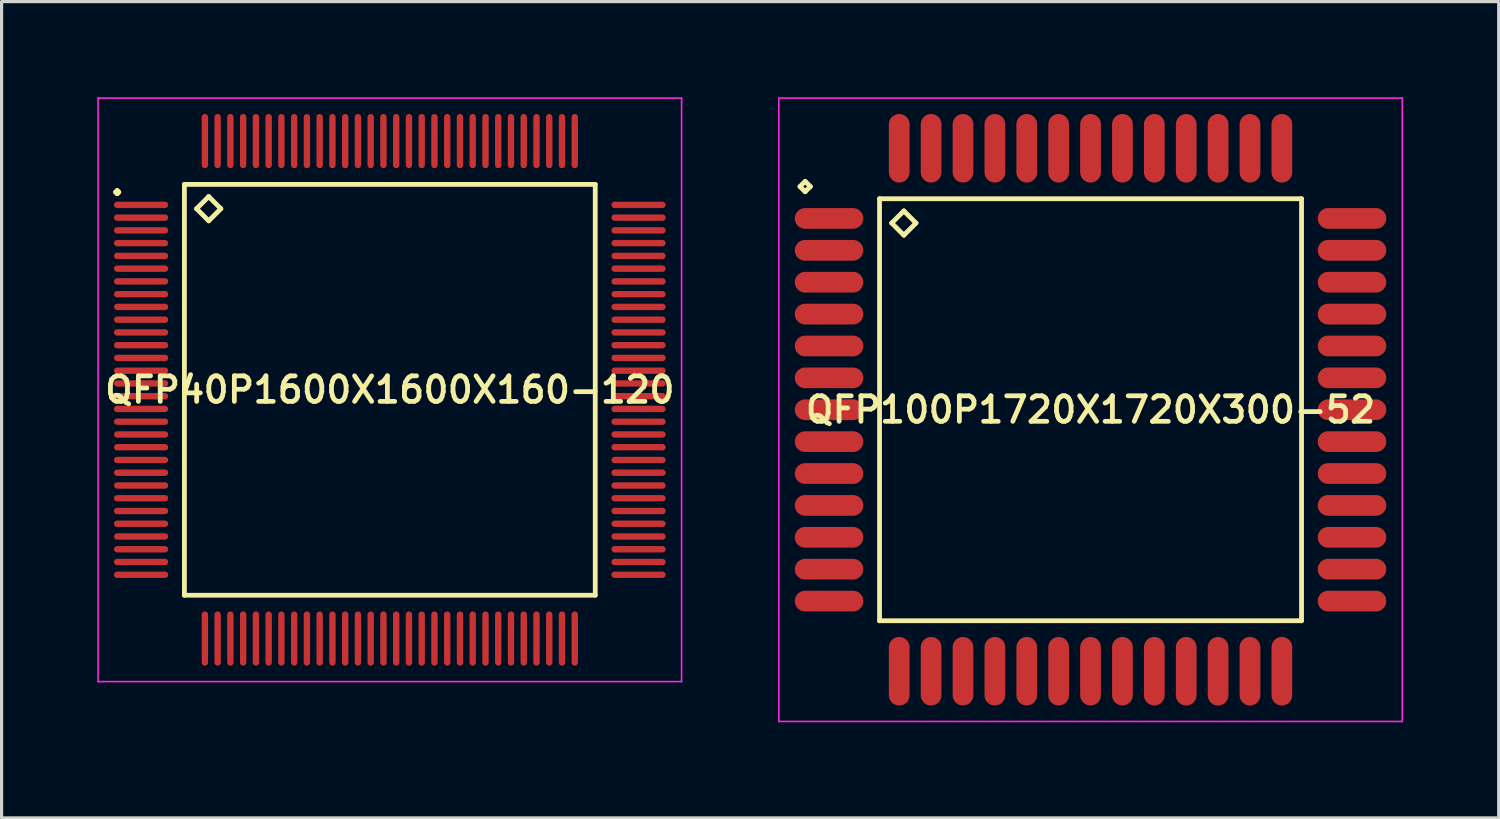
<source format=kicad_pcb>
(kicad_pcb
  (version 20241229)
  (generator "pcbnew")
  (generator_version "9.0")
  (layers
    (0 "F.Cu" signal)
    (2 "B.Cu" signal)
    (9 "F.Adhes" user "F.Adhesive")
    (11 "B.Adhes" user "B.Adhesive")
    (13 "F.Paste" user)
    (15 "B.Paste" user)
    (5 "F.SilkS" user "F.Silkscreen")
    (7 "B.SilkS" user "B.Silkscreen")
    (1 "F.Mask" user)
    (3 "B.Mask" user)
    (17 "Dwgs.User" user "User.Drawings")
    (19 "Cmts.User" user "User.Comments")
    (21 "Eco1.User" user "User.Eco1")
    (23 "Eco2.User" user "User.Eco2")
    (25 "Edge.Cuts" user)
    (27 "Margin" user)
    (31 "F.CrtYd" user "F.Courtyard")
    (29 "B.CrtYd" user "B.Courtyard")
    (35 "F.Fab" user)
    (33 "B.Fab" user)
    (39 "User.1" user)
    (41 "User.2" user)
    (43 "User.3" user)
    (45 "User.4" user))
  (footprint "QFP100P1720X1720X300-52"
    (layer "F.Cu")
    (at 31.15 9.8)
    (property "Reference" "QFP100P1720X1720X300-52" (at 0 0 0) (layer "F.SilkS") (effects (font (size 0.8 0.8) (thickness 0.15))))
    (attr smd)
    (fp_line (start -9.113 -7) (end -8.95 -7.162) (stroke (width 0.15) (type solid)) (layer "F.SilkS"))
    (fp_line (start -8.95 -7.162) (end -8.787 -7) (stroke (width 0.15) (type solid)) (layer "F.SilkS"))
    (fp_line (start -8.95 -6.838) (end -9.113 -7) (stroke (width 0.15) (type solid)) (layer "F.SilkS"))
    (fp_line (start -8.787 -7) (end -8.95 -6.838) (stroke (width 0.15) (type solid)) (layer "F.SilkS"))
    (fp_line (start -6.617 -6.617) (end -6.617 6.617) (stroke (width 0.15) (type solid)) (layer "F.SilkS"))
    (fp_line (start -6.617 6.617) (end 6.617 6.617) (stroke (width 0.15) (type solid)) (layer "F.SilkS"))
    (fp_line (start -6.236 -5.855) (end -5.855 -6.236) (stroke (width 0.15) (type solid)) (layer "F.SilkS"))
    (fp_line (start -5.855 -6.236) (end -5.474 -5.855) (stroke (width 0.15) (type solid)) (layer "F.SilkS"))
    (fp_line (start -5.855 -5.474) (end -6.236 -5.855) (stroke (width 0.15) (type solid)) (layer "F.SilkS"))
    (fp_line (start -5.474 -5.855) (end -5.855 -5.474) (stroke (width 0.15) (type solid)) (layer "F.SilkS"))
    (fp_line (start 6.617 -6.617) (end -6.617 -6.617) (stroke (width 0.15) (type solid)) (layer "F.SilkS"))
    (fp_line (start 6.617 6.617) (end 6.617 -6.617) (stroke (width 0.15) (type solid)) (layer "F.SilkS"))
    (fp_line (start -9.775 -9.775) (end 9.775 -9.775) (stroke (width 0.05) (type solid)) (layer "F.CrtYd"))
    (fp_line (start -9.775 9.775) (end -9.775 -9.775) (stroke (width 0.05) (type solid)) (layer "F.CrtYd"))
    (fp_line (start 9.775 -9.775) (end 9.775 9.775) (stroke (width 0.05) (type solid)) (layer "F.CrtYd"))
    (fp_line (start 9.775 9.775) (end -9.775 9.775) (stroke (width 0.05) (type solid)) (layer "F.CrtYd"))
    (pad "1" smd oval (at -8.2 -6) (size 2.15 0.65) (layers "F.Cu" "F.Mask" "F.Paste"))
    (pad "2" smd oval (at -8.2 -5) (size 2.15 0.65) (layers "F.Cu" "F.Mask" "F.Paste"))
    (pad "3" smd oval (at -8.2 -4) (size 2.15 0.65) (layers "F.Cu" "F.Mask" "F.Paste"))
    (pad "4" smd oval (at -8.2 -3) (size 2.15 0.65) (layers "F.Cu" "F.Mask" "F.Paste"))
    (pad "5" smd oval (at -8.2 -2) (size 2.15 0.65) (layers "F.Cu" "F.Mask" "F.Paste"))
    (pad "6" smd oval (at -8.2 -1) (size 2.15 0.65) (layers "F.Cu" "F.Mask" "F.Paste"))
    (pad "7" smd oval (at -8.2 0) (size 2.15 0.65) (layers "F.Cu" "F.Mask" "F.Paste"))
    (pad "8" smd oval (at -8.2 1) (size 2.15 0.65) (layers "F.Cu" "F.Mask" "F.Paste"))
    (pad "9" smd oval (at -8.2 2) (size 2.15 0.65) (layers "F.Cu" "F.Mask" "F.Paste"))
    (pad "10" smd oval (at -8.2 3) (size 2.15 0.65) (layers "F.Cu" "F.Mask" "F.Paste"))
    (pad "11" smd oval (at -8.2 4) (size 2.15 0.65) (layers "F.Cu" "F.Mask" "F.Paste"))
    (pad "12" smd oval (at -8.2 5) (size 2.15 0.65) (layers "F.Cu" "F.Mask" "F.Paste"))
    (pad "13" smd oval (at -8.2 6) (size 2.15 0.65) (layers "F.Cu" "F.Mask" "F.Paste"))
    (pad "14" smd oval (at -6 8.2) (size 0.65 2.15) (layers "F.Cu" "F.Mask" "F.Paste"))
    (pad "15" smd oval (at -5 8.2) (size 0.65 2.15) (layers "F.Cu" "F.Mask" "F.Paste"))
    (pad "16" smd oval (at -4 8.2) (size 0.65 2.15) (layers "F.Cu" "F.Mask" "F.Paste"))
    (pad "17" smd oval (at -3 8.2) (size 0.65 2.15) (layers "F.Cu" "F.Mask" "F.Paste"))
    (pad "18" smd oval (at -2 8.2) (size 0.65 2.15) (layers "F.Cu" "F.Mask" "F.Paste"))
    (pad "19" smd oval (at -1 8.2) (size 0.65 2.15) (layers "F.Cu" "F.Mask" "F.Paste"))
    (pad "20" smd oval (at 0 8.2) (size 0.65 2.15) (layers "F.Cu" "F.Mask" "F.Paste"))
    (pad "21" smd oval (at 1 8.2) (size 0.65 2.15) (layers "F.Cu" "F.Mask" "F.Paste"))
    (pad "22" smd oval (at 2 8.2) (size 0.65 2.15) (layers "F.Cu" "F.Mask" "F.Paste"))
    (pad "23" smd oval (at 3 8.2) (size 0.65 2.15) (layers "F.Cu" "F.Mask" "F.Paste"))
    (pad "24" smd oval (at 4 8.2) (size 0.65 2.15) (layers "F.Cu" "F.Mask" "F.Paste"))
    (pad "25" smd oval (at 5 8.2) (size 0.65 2.15) (layers "F.Cu" "F.Mask" "F.Paste"))
    (pad "26" smd oval (at 6 8.2) (size 0.65 2.15) (layers "F.Cu" "F.Mask" "F.Paste"))
    (pad "27" smd oval (at 8.2 6) (size 2.15 0.65) (layers "F.Cu" "F.Mask" "F.Paste"))
    (pad "28" smd oval (at 8.2 5) (size 2.15 0.65) (layers "F.Cu" "F.Mask" "F.Paste"))
    (pad "29" smd oval (at 8.2 4) (size 2.15 0.65) (layers "F.Cu" "F.Mask" "F.Paste"))
    (pad "30" smd oval (at 8.2 3) (size 2.15 0.65) (layers "F.Cu" "F.Mask" "F.Paste"))
    (pad "31" smd oval (at 8.2 2) (size 2.15 0.65) (layers "F.Cu" "F.Mask" "F.Paste"))
    (pad "32" smd oval (at 8.2 1) (size 2.15 0.65) (layers "F.Cu" "F.Mask" "F.Paste"))
    (pad "33" smd oval (at 8.2 0) (size 2.15 0.65) (layers "F.Cu" "F.Mask" "F.Paste"))
    (pad "34" smd oval (at 8.2 -1) (size 2.15 0.65) (layers "F.Cu" "F.Mask" "F.Paste"))
    (pad "35" smd oval (at 8.2 -2) (size 2.15 0.65) (layers "F.Cu" "F.Mask" "F.Paste"))
    (pad "36" smd oval (at 8.2 -3) (size 2.15 0.65) (layers "F.Cu" "F.Mask" "F.Paste"))
    (pad "37" smd oval (at 8.2 -4) (size 2.15 0.65) (layers "F.Cu" "F.Mask" "F.Paste"))
    (pad "38" smd oval (at 8.2 -5) (size 2.15 0.65) (layers "F.Cu" "F.Mask" "F.Paste"))
    (pad "39" smd oval (at 8.2 -6) (size 2.15 0.65) (layers "F.Cu" "F.Mask" "F.Paste"))
    (pad "40" smd oval (at 6 -8.2) (size 0.65 2.15) (layers "F.Cu" "F.Mask" "F.Paste"))
    (pad "41" smd oval (at 5 -8.2) (size 0.65 2.15) (layers "F.Cu" "F.Mask" "F.Paste"))
    (pad "42" smd oval (at 4 -8.2) (size 0.65 2.15) (layers "F.Cu" "F.Mask" "F.Paste"))
    (pad "43" smd oval (at 3 -8.2) (size 0.65 2.15) (layers "F.Cu" "F.Mask" "F.Paste"))
    (pad "44" smd oval (at 2 -8.2) (size 0.65 2.15) (layers "F.Cu" "F.Mask" "F.Paste"))
    (pad "45" smd oval (at 1 -8.2) (size 0.65 2.15) (layers "F.Cu" "F.Mask" "F.Paste"))
    (pad "46" smd oval (at 0 -8.2) (size 0.65 2.15) (layers "F.Cu" "F.Mask" "F.Paste"))
    (pad "47" smd oval (at -1 -8.2) (size 0.65 2.15) (layers "F.Cu" "F.Mask" "F.Paste"))
    (pad "48" smd oval (at -2 -8.2) (size 0.65 2.15) (layers "F.Cu" "F.Mask" "F.Paste"))
    (pad "49" smd oval (at -3 -8.2) (size 0.65 2.15) (layers "F.Cu" "F.Mask" "F.Paste"))
    (pad "50" smd oval (at -4 -8.2) (size 0.65 2.15) (layers "F.Cu" "F.Mask" "F.Paste"))
    (pad "51" smd oval (at -5 -8.2) (size 0.65 2.15) (layers "F.Cu" "F.Mask" "F.Paste"))
    (pad "52" smd oval (at -6 -8.2) (size 0.65 2.15) (layers "F.Cu" "F.Mask" "F.Paste")))
  (footprint "QFP40P1600X1600X160-120"
    (layer "F.Cu")
    (at 9.175 9.175)
    (property "Reference" "QFP40P1600X1600X160-120" (at 0 0 0) (layer "F.SilkS") (effects (font (size 0.8 0.8) (thickness 0.15))))
    (attr smd)
    (fp_line (start -8.6 -6.2) (end -8.55 -6.25) (stroke (width 0.15) (type solid)) (layer "F.SilkS"))
    (fp_line (start -8.55 -6.25) (end -8.5 -6.2) (stroke (width 0.15) (type solid)) (layer "F.SilkS"))
    (fp_line (start -8.55 -6.15) (end -8.6 -6.2) (stroke (width 0.15) (type solid)) (layer "F.SilkS"))
    (fp_line (start -8.5 -6.2) (end -8.55 -6.15) (stroke (width 0.15) (type solid)) (layer "F.SilkS"))
    (fp_line (start -6.442 -6.442) (end -6.442 6.442) (stroke (width 0.15) (type solid)) (layer "F.SilkS"))
    (fp_line (start -6.442 6.442) (end 6.442 6.442) (stroke (width 0.15) (type solid)) (layer "F.SilkS"))
    (fp_line (start -6.061 -5.68) (end -5.68 -6.061) (stroke (width 0.15) (type solid)) (layer "F.SilkS"))
    (fp_line (start -5.68 -6.061) (end -5.299 -5.68) (stroke (width 0.15) (type solid)) (layer "F.SilkS"))
    (fp_line (start -5.68 -5.299) (end -6.061 -5.68) (stroke (width 0.15) (type solid)) (layer "F.SilkS"))
    (fp_line (start -5.299 -5.68) (end -5.68 -5.299) (stroke (width 0.15) (type solid)) (layer "F.SilkS"))
    (fp_line (start 6.442 -6.442) (end -6.442 -6.442) (stroke (width 0.15) (type solid)) (layer "F.SilkS"))
    (fp_line (start 6.442 6.442) (end 6.442 -6.442) (stroke (width 0.15) (type solid)) (layer "F.SilkS"))
    (fp_line (start -9.15 -9.15) (end 9.15 -9.15) (stroke (width 0.05) (type solid)) (layer "F.CrtYd"))
    (fp_line (start -9.15 9.15) (end -9.15 -9.15) (stroke (width 0.05) (type solid)) (layer "F.CrtYd"))
    (fp_line (start 9.15 -9.15) (end 9.15 9.15) (stroke (width 0.05) (type solid)) (layer "F.CrtYd"))
    (fp_line (start 9.15 9.15) (end -9.15 9.15) (stroke (width 0.05) (type solid)) (layer "F.CrtYd"))
    (pad "1" smd oval (at -7.8 -5.8) (size 1.7 0.2) (layers "F.Cu" "F.Mask" "F.Paste"))
    (pad "2" smd oval (at -7.8 -5.4) (size 1.7 0.2) (layers "F.Cu" "F.Mask" "F.Paste"))
    (pad "3" smd oval (at -7.8 -5) (size 1.7 0.2) (layers "F.Cu" "F.Mask" "F.Paste"))
    (pad "4" smd oval (at -7.8 -4.6) (size 1.7 0.2) (layers "F.Cu" "F.Mask" "F.Paste"))
    (pad "5" smd oval (at -7.8 -4.2) (size 1.7 0.2) (layers "F.Cu" "F.Mask" "F.Paste"))
    (pad "6" smd oval (at -7.8 -3.8) (size 1.7 0.2) (layers "F.Cu" "F.Mask" "F.Paste"))
    (pad "7" smd oval (at -7.8 -3.4) (size 1.7 0.2) (layers "F.Cu" "F.Mask" "F.Paste"))
    (pad "8" smd oval (at -7.8 -3) (size 1.7 0.2) (layers "F.Cu" "F.Mask" "F.Paste"))
    (pad "9" smd oval (at -7.8 -2.6) (size 1.7 0.2) (layers "F.Cu" "F.Mask" "F.Paste"))
    (pad "10" smd oval (at -7.8 -2.2) (size 1.7 0.2) (layers "F.Cu" "F.Mask" "F.Paste"))
    (pad "11" smd oval (at -7.8 -1.8) (size 1.7 0.2) (layers "F.Cu" "F.Mask" "F.Paste"))
    (pad "12" smd oval (at -7.8 -1.4) (size 1.7 0.2) (layers "F.Cu" "F.Mask" "F.Paste"))
    (pad "13" smd oval (at -7.8 -1) (size 1.7 0.2) (layers "F.Cu" "F.Mask" "F.Paste"))
    (pad "14" smd oval (at -7.8 -0.6) (size 1.7 0.2) (layers "F.Cu" "F.Mask" "F.Paste"))
    (pad "15" smd oval (at -7.8 -0.2) (size 1.7 0.2) (layers "F.Cu" "F.Mask" "F.Paste"))
    (pad "16" smd oval (at -7.8 0.2) (size 1.7 0.2) (layers "F.Cu" "F.Mask" "F.Paste"))
    (pad "17" smd oval (at -7.8 0.6) (size 1.7 0.2) (layers "F.Cu" "F.Mask" "F.Paste"))
    (pad "18" smd oval (at -7.8 1) (size 1.7 0.2) (layers "F.Cu" "F.Mask" "F.Paste"))
    (pad "19" smd oval (at -7.8 1.4) (size 1.7 0.2) (layers "F.Cu" "F.Mask" "F.Paste"))
    (pad "20" smd oval (at -7.8 1.8) (size 1.7 0.2) (layers "F.Cu" "F.Mask" "F.Paste"))
    (pad "21" smd oval (at -7.8 2.2) (size 1.7 0.2) (layers "F.Cu" "F.Mask" "F.Paste"))
    (pad "22" smd oval (at -7.8 2.6) (size 1.7 0.2) (layers "F.Cu" "F.Mask" "F.Paste"))
    (pad "23" smd oval (at -7.8 3) (size 1.7 0.2) (layers "F.Cu" "F.Mask" "F.Paste"))
    (pad "24" smd oval (at -7.8 3.4) (size 1.7 0.2) (layers "F.Cu" "F.Mask" "F.Paste"))
    (pad "25" smd oval (at -7.8 3.8) (size 1.7 0.2) (layers "F.Cu" "F.Mask" "F.Paste"))
    (pad "26" smd oval (at -7.8 4.2) (size 1.7 0.2) (layers "F.Cu" "F.Mask" "F.Paste"))
    (pad "27" smd oval (at -7.8 4.6) (size 1.7 0.2) (layers "F.Cu" "F.Mask" "F.Paste"))
    (pad "28" smd oval (at -7.8 5) (size 1.7 0.2) (layers "F.Cu" "F.Mask" "F.Paste"))
    (pad "29" smd oval (at -7.8 5.4) (size 1.7 0.2) (layers "F.Cu" "F.Mask" "F.Paste"))
    (pad "30" smd oval (at -7.8 5.8) (size 1.7 0.2) (layers "F.Cu" "F.Mask" "F.Paste"))
    (pad "31" smd oval (at -5.8 7.8) (size 0.2 1.7) (layers "F.Cu" "F.Mask" "F.Paste"))
    (pad "32" smd oval (at -5.4 7.8) (size 0.2 1.7) (layers "F.Cu" "F.Mask" "F.Paste"))
    (pad "33" smd oval (at -5 7.8) (size 0.2 1.7) (layers "F.Cu" "F.Mask" "F.Paste"))
    (pad "34" smd oval (at -4.6 7.8) (size 0.2 1.7) (layers "F.Cu" "F.Mask" "F.Paste"))
    (pad "35" smd oval (at -4.2 7.8) (size 0.2 1.7) (layers "F.Cu" "F.Mask" "F.Paste"))
    (pad "36" smd oval (at -3.8 7.8) (size 0.2 1.7) (layers "F.Cu" "F.Mask" "F.Paste"))
    (pad "37" smd oval (at -3.4 7.8) (size 0.2 1.7) (layers "F.Cu" "F.Mask" "F.Paste"))
    (pad "38" smd oval (at -3 7.8) (size 0.2 1.7) (layers "F.Cu" "F.Mask" "F.Paste"))
    (pad "39" smd oval (at -2.6 7.8) (size 0.2 1.7) (layers "F.Cu" "F.Mask" "F.Paste"))
    (pad "40" smd oval (at -2.2 7.8) (size 0.2 1.7) (layers "F.Cu" "F.Mask" "F.Paste"))
    (pad "41" smd oval (at -1.8 7.8) (size 0.2 1.7) (layers "F.Cu" "F.Mask" "F.Paste"))
    (pad "42" smd oval (at -1.4 7.8) (size 0.2 1.7) (layers "F.Cu" "F.Mask" "F.Paste"))
    (pad "43" smd oval (at -1 7.8) (size 0.2 1.7) (layers "F.Cu" "F.Mask" "F.Paste"))
    (pad "44" smd oval (at -0.6 7.8) (size 0.2 1.7) (layers "F.Cu" "F.Mask" "F.Paste"))
    (pad "45" smd oval (at -0.2 7.8) (size 0.2 1.7) (layers "F.Cu" "F.Mask" "F.Paste"))
    (pad "46" smd oval (at 0.2 7.8) (size 0.2 1.7) (layers "F.Cu" "F.Mask" "F.Paste"))
    (pad "47" smd oval (at 0.6 7.8) (size 0.2 1.7) (layers "F.Cu" "F.Mask" "F.Paste"))
    (pad "48" smd oval (at 1 7.8) (size 0.2 1.7) (layers "F.Cu" "F.Mask" "F.Paste"))
    (pad "49" smd oval (at 1.4 7.8) (size 0.2 1.7) (layers "F.Cu" "F.Mask" "F.Paste"))
    (pad "50" smd oval (at 1.8 7.8) (size 0.2 1.7) (layers "F.Cu" "F.Mask" "F.Paste"))
    (pad "51" smd oval (at 2.2 7.8) (size 0.2 1.7) (layers "F.Cu" "F.Mask" "F.Paste"))
    (pad "52" smd oval (at 2.6 7.8) (size 0.2 1.7) (layers "F.Cu" "F.Mask" "F.Paste"))
    (pad "53" smd oval (at 3 7.8) (size 0.2 1.7) (layers "F.Cu" "F.Mask" "F.Paste"))
    (pad "54" smd oval (at 3.4 7.8) (size 0.2 1.7) (layers "F.Cu" "F.Mask" "F.Paste"))
    (pad "55" smd oval (at 3.8 7.8) (size 0.2 1.7) (layers "F.Cu" "F.Mask" "F.Paste"))
    (pad "56" smd oval (at 4.2 7.8) (size 0.2 1.7) (layers "F.Cu" "F.Mask" "F.Paste"))
    (pad "57" smd oval (at 4.6 7.8) (size 0.2 1.7) (layers "F.Cu" "F.Mask" "F.Paste"))
    (pad "58" smd oval (at 5 7.8) (size 0.2 1.7) (layers "F.Cu" "F.Mask" "F.Paste"))
    (pad "59" smd oval (at 5.4 7.8) (size 0.2 1.7) (layers "F.Cu" "F.Mask" "F.Paste"))
    (pad "60" smd oval (at 5.8 7.8) (size 0.2 1.7) (layers "F.Cu" "F.Mask" "F.Paste"))
    (pad "61" smd oval (at 7.8 5.8) (size 1.7 0.2) (layers "F.Cu" "F.Mask" "F.Paste"))
    (pad "62" smd oval (at 7.8 5.4) (size 1.7 0.2) (layers "F.Cu" "F.Mask" "F.Paste"))
    (pad "63" smd oval (at 7.8 5) (size 1.7 0.2) (layers "F.Cu" "F.Mask" "F.Paste"))
    (pad "64" smd oval (at 7.8 4.6) (size 1.7 0.2) (layers "F.Cu" "F.Mask" "F.Paste"))
    (pad "65" smd oval (at 7.8 4.2) (size 1.7 0.2) (layers "F.Cu" "F.Mask" "F.Paste"))
    (pad "66" smd oval (at 7.8 3.8) (size 1.7 0.2) (layers "F.Cu" "F.Mask" "F.Paste"))
    (pad "67" smd oval (at 7.8 3.4) (size 1.7 0.2) (layers "F.Cu" "F.Mask" "F.Paste"))
    (pad "68" smd oval (at 7.8 3) (size 1.7 0.2) (layers "F.Cu" "F.Mask" "F.Paste"))
    (pad "69" smd oval (at 7.8 2.6) (size 1.7 0.2) (layers "F.Cu" "F.Mask" "F.Paste"))
    (pad "70" smd oval (at 7.8 2.2) (size 1.7 0.2) (layers "F.Cu" "F.Mask" "F.Paste"))
    (pad "71" smd oval (at 7.8 1.8) (size 1.7 0.2) (layers "F.Cu" "F.Mask" "F.Paste"))
    (pad "72" smd oval (at 7.8 1.4) (size 1.7 0.2) (layers "F.Cu" "F.Mask" "F.Paste"))
    (pad "73" smd oval (at 7.8 1) (size 1.7 0.2) (layers "F.Cu" "F.Mask" "F.Paste"))
    (pad "74" smd oval (at 7.8 0.6) (size 1.7 0.2) (layers "F.Cu" "F.Mask" "F.Paste"))
    (pad "75" smd oval (at 7.8 0.2) (size 1.7 0.2) (layers "F.Cu" "F.Mask" "F.Paste"))
    (pad "76" smd oval (at 7.8 -0.2) (size 1.7 0.2) (layers "F.Cu" "F.Mask" "F.Paste"))
    (pad "77" smd oval (at 7.8 -0.6) (size 1.7 0.2) (layers "F.Cu" "F.Mask" "F.Paste"))
    (pad "78" smd oval (at 7.8 -1) (size 1.7 0.2) (layers "F.Cu" "F.Mask" "F.Paste"))
    (pad "79" smd oval (at 7.8 -1.4) (size 1.7 0.2) (layers "F.Cu" "F.Mask" "F.Paste"))
    (pad "80" smd oval (at 7.8 -1.8) (size 1.7 0.2) (layers "F.Cu" "F.Mask" "F.Paste"))
    (pad "81" smd oval (at 7.8 -2.2) (size 1.7 0.2) (layers "F.Cu" "F.Mask" "F.Paste"))
    (pad "82" smd oval (at 7.8 -2.6) (size 1.7 0.2) (layers "F.Cu" "F.Mask" "F.Paste"))
    (pad "83" smd oval (at 7.8 -3) (size 1.7 0.2) (layers "F.Cu" "F.Mask" "F.Paste"))
    (pad "84" smd oval (at 7.8 -3.4) (size 1.7 0.2) (layers "F.Cu" "F.Mask" "F.Paste"))
    (pad "85" smd oval (at 7.8 -3.8) (size 1.7 0.2) (layers "F.Cu" "F.Mask" "F.Paste"))
    (pad "86" smd oval (at 7.8 -4.2) (size 1.7 0.2) (layers "F.Cu" "F.Mask" "F.Paste"))
    (pad "87" smd oval (at 7.8 -4.6) (size 1.7 0.2) (layers "F.Cu" "F.Mask" "F.Paste"))
    (pad "88" smd oval (at 7.8 -5) (size 1.7 0.2) (layers "F.Cu" "F.Mask" "F.Paste"))
    (pad "89" smd oval (at 7.8 -5.4) (size 1.7 0.2) (layers "F.Cu" "F.Mask" "F.Paste"))
    (pad "90" smd oval (at 7.8 -5.8) (size 1.7 0.2) (layers "F.Cu" "F.Mask" "F.Paste"))
    (pad "91" smd oval (at 5.8 -7.8) (size 0.2 1.7) (layers "F.Cu" "F.Mask" "F.Paste"))
    (pad "92" smd oval (at 5.4 -7.8) (size 0.2 1.7) (layers "F.Cu" "F.Mask" "F.Paste"))
    (pad "93" smd oval (at 5 -7.8) (size 0.2 1.7) (layers "F.Cu" "F.Mask" "F.Paste"))
    (pad "94" smd oval (at 4.6 -7.8) (size 0.2 1.7) (layers "F.Cu" "F.Mask" "F.Paste"))
    (pad "95" smd oval (at 4.2 -7.8) (size 0.2 1.7) (layers "F.Cu" "F.Mask" "F.Paste"))
    (pad "96" smd oval (at 3.8 -7.8) (size 0.2 1.7) (layers "F.Cu" "F.Mask" "F.Paste"))
    (pad "97" smd oval (at 3.4 -7.8) (size 0.2 1.7) (layers "F.Cu" "F.Mask" "F.Paste"))
    (pad "98" smd oval (at 3 -7.8) (size 0.2 1.7) (layers "F.Cu" "F.Mask" "F.Paste"))
    (pad "99" smd oval (at 2.6 -7.8) (size 0.2 1.7) (layers "F.Cu" "F.Mask" "F.Paste"))
    (pad "100" smd oval (at 2.2 -7.8) (size 0.2 1.7) (layers "F.Cu" "F.Mask" "F.Paste"))
    (pad "101" smd oval (at 1.8 -7.8) (size 0.2 1.7) (layers "F.Cu" "F.Mask" "F.Paste"))
    (pad "102" smd oval (at 1.4 -7.8) (size 0.2 1.7) (layers "F.Cu" "F.Mask" "F.Paste"))
    (pad "103" smd oval (at 1 -7.8) (size 0.2 1.7) (layers "F.Cu" "F.Mask" "F.Paste"))
    (pad "104" smd oval (at 0.6 -7.8) (size 0.2 1.7) (layers "F.Cu" "F.Mask" "F.Paste"))
    (pad "105" smd oval (at 0.2 -7.8) (size 0.2 1.7) (layers "F.Cu" "F.Mask" "F.Paste"))
    (pad "106" smd oval (at -0.2 -7.8) (size 0.2 1.7) (layers "F.Cu" "F.Mask" "F.Paste"))
    (pad "107" smd oval (at -0.6 -7.8) (size 0.2 1.7) (layers "F.Cu" "F.Mask" "F.Paste"))
    (pad "108" smd oval (at -1 -7.8) (size 0.2 1.7) (layers "F.Cu" "F.Mask" "F.Paste"))
    (pad "109" smd oval (at -1.4 -7.8) (size 0.2 1.7) (layers "F.Cu" "F.Mask" "F.Paste"))
    (pad "110" smd oval (at -1.8 -7.8) (size 0.2 1.7) (layers "F.Cu" "F.Mask" "F.Paste"))
    (pad "111" smd oval (at -2.2 -7.8) (size 0.2 1.7) (layers "F.Cu" "F.Mask" "F.Paste"))
    (pad "112" smd oval (at -2.6 -7.8) (size 0.2 1.7) (layers "F.Cu" "F.Mask" "F.Paste"))
    (pad "113" smd oval (at -3 -7.8) (size 0.2 1.7) (layers "F.Cu" "F.Mask" "F.Paste"))
    (pad "114" smd oval (at -3.4 -7.8) (size 0.2 1.7) (layers "F.Cu" "F.Mask" "F.Paste"))
    (pad "115" smd oval (at -3.8 -7.8) (size 0.2 1.7) (layers "F.Cu" "F.Mask" "F.Paste"))
    (pad "116" smd oval (at -4.2 -7.8) (size 0.2 1.7) (layers "F.Cu" "F.Mask" "F.Paste"))
    (pad "117" smd oval (at -4.6 -7.8) (size 0.2 1.7) (layers "F.Cu" "F.Mask" "F.Paste"))
    (pad "118" smd oval (at -5 -7.8) (size 0.2 1.7) (layers "F.Cu" "F.Mask" "F.Paste"))
    (pad "119" smd oval (at -5.4 -7.8) (size 0.2 1.7) (layers "F.Cu" "F.Mask" "F.Paste"))
    (pad "120" smd oval (at -5.8 -7.8) (size 0.2 1.7) (layers "F.Cu" "F.Mask" "F.Paste")))
  (gr_rect
    (start -3 -3)
    (end 43.95 22.6)
    (stroke (width 0.1) (type default))
    (fill no)
    (layer "Edge.Cuts")))
</source>
